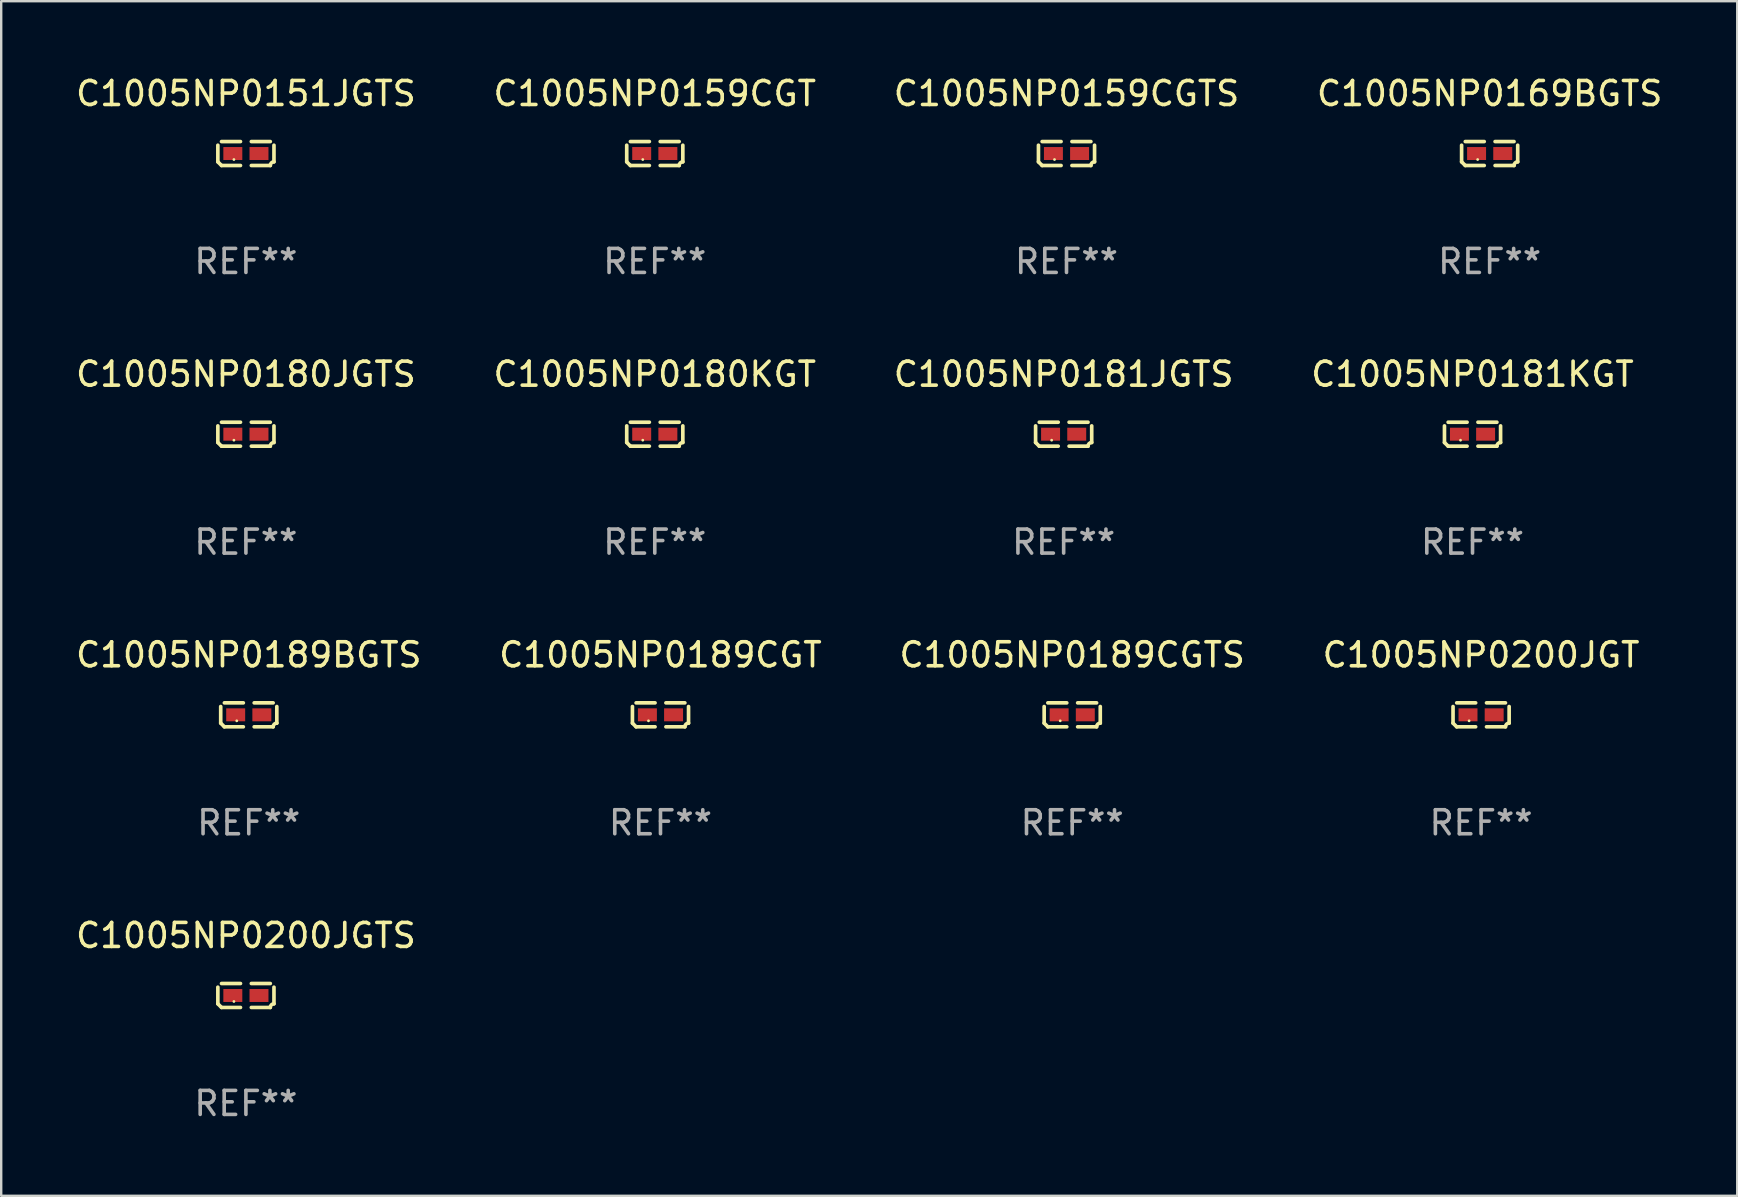
<source format=kicad_pcb>
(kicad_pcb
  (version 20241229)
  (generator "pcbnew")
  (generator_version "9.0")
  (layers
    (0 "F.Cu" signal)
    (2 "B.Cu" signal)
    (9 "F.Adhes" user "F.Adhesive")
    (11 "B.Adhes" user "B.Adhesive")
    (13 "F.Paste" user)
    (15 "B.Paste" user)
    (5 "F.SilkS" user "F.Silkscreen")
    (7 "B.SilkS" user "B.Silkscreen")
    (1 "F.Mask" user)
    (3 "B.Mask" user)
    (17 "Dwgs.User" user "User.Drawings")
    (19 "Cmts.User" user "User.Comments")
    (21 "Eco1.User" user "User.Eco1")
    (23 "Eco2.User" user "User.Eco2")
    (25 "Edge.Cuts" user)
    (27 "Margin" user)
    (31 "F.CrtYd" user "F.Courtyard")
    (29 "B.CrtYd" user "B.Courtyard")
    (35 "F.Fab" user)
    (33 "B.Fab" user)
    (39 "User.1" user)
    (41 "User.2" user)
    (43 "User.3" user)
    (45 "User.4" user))
  (footprint "C1005NP0189BGTS"
    (layer "F.Cu")
    (at 7.315 26.734)
    (property "Reference" "C1005NP0189BGTS" (at 0 -2.499 0) (layer "F.SilkS") (effects (font (size 1 1) (thickness 0.15))))
    (attr through_hole)
    (fp_line (start -1.169 0.346) (end -1.169 -0.346) (stroke (width 0.152) (type solid)) (layer "F.SilkS"))
    (fp_line (start -1.016 -0.499) (end -0.226 -0.499) (stroke (width 0.152) (type solid)) (layer "F.SilkS"))
    (fp_line (start -0.226 0.499) (end -1.016 0.499) (stroke (width 0.152) (type solid)) (layer "F.SilkS"))
    (fp_line (start 0.226 0.499) (end 1.016 0.499) (stroke (width 0.152) (type solid)) (layer "F.SilkS"))
    (fp_line (start 1.016 -0.499) (end 0.226 -0.499) (stroke (width 0.152) (type solid)) (layer "F.SilkS"))
    (fp_line (start 1.169 0.346) (end 1.169 -0.346) (stroke (width 0.152) (type solid)) (layer "F.SilkS"))
    (fp_arc (start -1.016307 0.498603) (mid -1.092512 0.422405) (end -1.16871 0.3462) (stroke (width 0.1524) (type solid)) (layer "F.SilkS"))
    (fp_arc (start 1.016307 0.498603) (mid 1.060899 0.390758) (end 1.168707 0.346076) (stroke (width 0.1524) (type solid)) (layer "F.SilkS"))
    (fp_circle (center -0.5 0.25) (end -0.47 0.25) (stroke (width 0.06) (type solid)) (fill no) (layer "F.SilkS"))
    (fp_text user "REF**" (at 0 4.499 0) (layer "F.Fab") (effects (font (size 1 1) (thickness 0.15))))
    (pad "1" smd rect (at -0.545 0) (size 0.79 0.54) (layers "F.Cu" "F.Mask" "F.Paste"))
    (pad "2" smd rect (at 0.545 0) (size 0.79 0.54) (layers "F.Cu" "F.Mask" "F.Paste")))
  (footprint "C1005NP0151JGTS"
    (layer "F.Cu")
    (at 7.196 3.347)
    (property "Reference" "C1005NP0151JGTS" (at 0 -2.499 0) (layer "F.SilkS") (effects (font (size 1 1) (thickness 0.15))))
    (attr through_hole)
    (fp_line (start -1.169 0.346) (end -1.169 -0.346) (stroke (width 0.152) (type solid)) (layer "F.SilkS"))
    (fp_line (start -1.016 -0.499) (end -0.226 -0.499) (stroke (width 0.152) (type solid)) (layer "F.SilkS"))
    (fp_line (start -0.226 0.499) (end -1.016 0.499) (stroke (width 0.152) (type solid)) (layer "F.SilkS"))
    (fp_line (start 0.226 0.499) (end 1.016 0.499) (stroke (width 0.152) (type solid)) (layer "F.SilkS"))
    (fp_line (start 1.016 -0.499) (end 0.226 -0.499) (stroke (width 0.152) (type solid)) (layer "F.SilkS"))
    (fp_line (start 1.169 0.346) (end 1.169 -0.346) (stroke (width 0.152) (type solid)) (layer "F.SilkS"))
    (fp_arc (start -1.016307 0.498603) (mid -1.092512 0.422405) (end -1.16871 0.3462) (stroke (width 0.1524) (type solid)) (layer "F.SilkS"))
    (fp_arc (start 1.016307 0.498603) (mid 1.060899 0.390758) (end 1.168707 0.346076) (stroke (width 0.1524) (type solid)) (layer "F.SilkS"))
    (fp_circle (center -0.5 0.25) (end -0.47 0.25) (stroke (width 0.06) (type solid)) (fill no) (layer "F.SilkS"))
    (fp_text user "REF**" (at 0 4.499 0) (layer "F.Fab") (effects (font (size 1 1) (thickness 0.15))))
    (pad "1" smd rect (at -0.545 0) (size 0.79 0.54) (layers "F.Cu" "F.Mask" "F.Paste"))
    (pad "2" smd rect (at 0.545 0) (size 0.79 0.54) (layers "F.Cu" "F.Mask" "F.Paste")))
  (footprint "C1005NP0159CGTS"
    (layer "F.Cu")
    (at 41.387 3.347)
    (property "Reference" "C1005NP0159CGTS" (at 0 -2.499 0) (layer "F.SilkS") (effects (font (size 1 1) (thickness 0.15))))
    (attr through_hole)
    (fp_line (start -1.169 0.346) (end -1.169 -0.346) (stroke (width 0.152) (type solid)) (layer "F.SilkS"))
    (fp_line (start -1.016 -0.499) (end -0.226 -0.499) (stroke (width 0.152) (type solid)) (layer "F.SilkS"))
    (fp_line (start -0.226 0.499) (end -1.016 0.499) (stroke (width 0.152) (type solid)) (layer "F.SilkS"))
    (fp_line (start 0.226 0.499) (end 1.016 0.499) (stroke (width 0.152) (type solid)) (layer "F.SilkS"))
    (fp_line (start 1.016 -0.499) (end 0.226 -0.499) (stroke (width 0.152) (type solid)) (layer "F.SilkS"))
    (fp_line (start 1.169 0.346) (end 1.169 -0.346) (stroke (width 0.152) (type solid)) (layer "F.SilkS"))
    (fp_arc (start -1.016307 0.498603) (mid -1.092512 0.422405) (end -1.16871 0.3462) (stroke (width 0.1524) (type solid)) (layer "F.SilkS"))
    (fp_arc (start 1.016307 0.498603) (mid 1.060899 0.390758) (end 1.168707 0.346076) (stroke (width 0.1524) (type solid)) (layer "F.SilkS"))
    (fp_circle (center -0.5 0.25) (end -0.47 0.25) (stroke (width 0.06) (type solid)) (fill no) (layer "F.SilkS"))
    (fp_text user "REF**" (at 0 4.499 0) (layer "F.Fab") (effects (font (size 1 1) (thickness 0.15))))
    (pad "1" smd rect (at -0.545 0) (size 0.79 0.54) (layers "F.Cu" "F.Mask" "F.Paste"))
    (pad "2" smd rect (at 0.545 0) (size 0.79 0.54) (layers "F.Cu" "F.Mask" "F.Paste")))
  (footprint "C1005NP0200JGT"
    (layer "F.Cu")
    (at 58.661 26.734)
    (property "Reference" "C1005NP0200JGT" (at 0 -2.499 0) (layer "F.SilkS") (effects (font (size 1 1) (thickness 0.15))))
    (attr through_hole)
    (fp_line (start -1.169 0.346) (end -1.169 -0.346) (stroke (width 0.152) (type solid)) (layer "F.SilkS"))
    (fp_line (start -1.016 -0.499) (end -0.226 -0.499) (stroke (width 0.152) (type solid)) (layer "F.SilkS"))
    (fp_line (start -0.226 0.499) (end -1.016 0.499) (stroke (width 0.152) (type solid)) (layer "F.SilkS"))
    (fp_line (start 0.226 0.499) (end 1.016 0.499) (stroke (width 0.152) (type solid)) (layer "F.SilkS"))
    (fp_line (start 1.016 -0.499) (end 0.226 -0.499) (stroke (width 0.152) (type solid)) (layer "F.SilkS"))
    (fp_line (start 1.169 0.346) (end 1.169 -0.346) (stroke (width 0.152) (type solid)) (layer "F.SilkS"))
    (fp_arc (start -1.016307 0.498603) (mid -1.092512 0.422405) (end -1.16871 0.3462) (stroke (width 0.1524) (type solid)) (layer "F.SilkS"))
    (fp_arc (start 1.016307 0.498603) (mid 1.060899 0.390758) (end 1.168707 0.346076) (stroke (width 0.1524) (type solid)) (layer "F.SilkS"))
    (fp_circle (center -0.5 0.25) (end -0.47 0.25) (stroke (width 0.06) (type solid)) (fill no) (layer "F.SilkS"))
    (fp_text user "REF**" (at 0 4.499 0) (layer "F.Fab") (effects (font (size 1 1) (thickness 0.15))))
    (pad "1" smd rect (at -0.545 0) (size 0.79 0.54) (layers "F.Cu" "F.Mask" "F.Paste"))
    (pad "2" smd rect (at 0.545 0) (size 0.79 0.54) (layers "F.Cu" "F.Mask" "F.Paste")))
  (footprint "C1005NP0181JGTS"
    (layer "F.Cu")
    (at 41.268 15.041)
    (property "Reference" "C1005NP0181JGTS" (at 0 -2.499 0) (layer "F.SilkS") (effects (font (size 1 1) (thickness 0.15))))
    (attr through_hole)
    (fp_line (start -1.169 0.346) (end -1.169 -0.346) (stroke (width 0.152) (type solid)) (layer "F.SilkS"))
    (fp_line (start -1.016 -0.499) (end -0.226 -0.499) (stroke (width 0.152) (type solid)) (layer "F.SilkS"))
    (fp_line (start -0.226 0.499) (end -1.016 0.499) (stroke (width 0.152) (type solid)) (layer "F.SilkS"))
    (fp_line (start 0.226 0.499) (end 1.016 0.499) (stroke (width 0.152) (type solid)) (layer "F.SilkS"))
    (fp_line (start 1.016 -0.499) (end 0.226 -0.499) (stroke (width 0.152) (type solid)) (layer "F.SilkS"))
    (fp_line (start 1.169 0.346) (end 1.169 -0.346) (stroke (width 0.152) (type solid)) (layer "F.SilkS"))
    (fp_arc (start -1.016307 0.498603) (mid -1.092512 0.422405) (end -1.16871 0.3462) (stroke (width 0.1524) (type solid)) (layer "F.SilkS"))
    (fp_arc (start 1.016307 0.498603) (mid 1.060899 0.390758) (end 1.168707 0.346076) (stroke (width 0.1524) (type solid)) (layer "F.SilkS"))
    (fp_circle (center -0.5 0.25) (end -0.47 0.25) (stroke (width 0.06) (type solid)) (fill no) (layer "F.SilkS"))
    (fp_text user "REF**" (at 0 4.499 0) (layer "F.Fab") (effects (font (size 1 1) (thickness 0.15))))
    (pad "1" smd rect (at -0.545 0) (size 0.79 0.54) (layers "F.Cu" "F.Mask" "F.Paste"))
    (pad "2" smd rect (at 0.545 0) (size 0.79 0.54) (layers "F.Cu" "F.Mask" "F.Paste")))
  (footprint "C1005NP0180KGT"
    (layer "F.Cu")
    (at 24.232 15.041)
    (property "Reference" "C1005NP0180KGT" (at 0 -2.499 0) (layer "F.SilkS") (effects (font (size 1 1) (thickness 0.15))))
    (attr through_hole)
    (fp_line (start -1.169 0.346) (end -1.169 -0.346) (stroke (width 0.152) (type solid)) (layer "F.SilkS"))
    (fp_line (start -1.016 -0.499) (end -0.226 -0.499) (stroke (width 0.152) (type solid)) (layer "F.SilkS"))
    (fp_line (start -0.226 0.499) (end -1.016 0.499) (stroke (width 0.152) (type solid)) (layer "F.SilkS"))
    (fp_line (start 0.226 0.499) (end 1.016 0.499) (stroke (width 0.152) (type solid)) (layer "F.SilkS"))
    (fp_line (start 1.016 -0.499) (end 0.226 -0.499) (stroke (width 0.152) (type solid)) (layer "F.SilkS"))
    (fp_line (start 1.169 0.346) (end 1.169 -0.346) (stroke (width 0.152) (type solid)) (layer "F.SilkS"))
    (fp_arc (start -1.016307 0.498603) (mid -1.092512 0.422405) (end -1.16871 0.3462) (stroke (width 0.1524) (type solid)) (layer "F.SilkS"))
    (fp_arc (start 1.016307 0.498603) (mid 1.060899 0.390758) (end 1.168707 0.346076) (stroke (width 0.1524) (type solid)) (layer "F.SilkS"))
    (fp_circle (center -0.5 0.25) (end -0.47 0.25) (stroke (width 0.06) (type solid)) (fill no) (layer "F.SilkS"))
    (fp_text user "REF**" (at 0 4.499 0) (layer "F.Fab") (effects (font (size 1 1) (thickness 0.15))))
    (pad "1" smd rect (at -0.545 0) (size 0.79 0.54) (layers "F.Cu" "F.Mask" "F.Paste"))
    (pad "2" smd rect (at 0.545 0) (size 0.79 0.54) (layers "F.Cu" "F.Mask" "F.Paste")))
  (footprint "C1005NP0200JGTS"
    (layer "F.Cu")
    (at 7.196 38.428)
    (property "Reference" "C1005NP0200JGTS" (at 0 -2.499 0) (layer "F.SilkS") (effects (font (size 1 1) (thickness 0.15))))
    (attr through_hole)
    (fp_line (start -1.169 0.346) (end -1.169 -0.346) (stroke (width 0.152) (type solid)) (layer "F.SilkS"))
    (fp_line (start -1.016 -0.499) (end -0.226 -0.499) (stroke (width 0.152) (type solid)) (layer "F.SilkS"))
    (fp_line (start -0.226 0.499) (end -1.016 0.499) (stroke (width 0.152) (type solid)) (layer "F.SilkS"))
    (fp_line (start 0.226 0.499) (end 1.016 0.499) (stroke (width 0.152) (type solid)) (layer "F.SilkS"))
    (fp_line (start 1.016 -0.499) (end 0.226 -0.499) (stroke (width 0.152) (type solid)) (layer "F.SilkS"))
    (fp_line (start 1.169 0.346) (end 1.169 -0.346) (stroke (width 0.152) (type solid)) (layer "F.SilkS"))
    (fp_arc (start -1.016307 0.498603) (mid -1.092512 0.422405) (end -1.16871 0.3462) (stroke (width 0.1524) (type solid)) (layer "F.SilkS"))
    (fp_arc (start 1.016307 0.498603) (mid 1.060899 0.390758) (end 1.168707 0.346076) (stroke (width 0.1524) (type solid)) (layer "F.SilkS"))
    (fp_circle (center -0.5 0.25) (end -0.47 0.25) (stroke (width 0.06) (type solid)) (fill no) (layer "F.SilkS"))
    (fp_text user "REF**" (at 0 4.499 0) (layer "F.Fab") (effects (font (size 1 1) (thickness 0.15))))
    (pad "1" smd rect (at -0.545 0) (size 0.79 0.54) (layers "F.Cu" "F.Mask" "F.Paste"))
    (pad "2" smd rect (at 0.545 0) (size 0.79 0.54) (layers "F.Cu" "F.Mask" "F.Paste")))
  (footprint "C1005NP0189CGT"
    (layer "F.Cu")
    (at 24.47 26.734)
    (property "Reference" "C1005NP0189CGT" (at 0 -2.499 0) (layer "F.SilkS") (effects (font (size 1 1) (thickness 0.15))))
    (attr through_hole)
    (fp_line (start -1.169 0.346) (end -1.169 -0.346) (stroke (width 0.152) (type solid)) (layer "F.SilkS"))
    (fp_line (start -1.016 -0.499) (end -0.226 -0.499) (stroke (width 0.152) (type solid)) (layer "F.SilkS"))
    (fp_line (start -0.226 0.499) (end -1.016 0.499) (stroke (width 0.152) (type solid)) (layer "F.SilkS"))
    (fp_line (start 0.226 0.499) (end 1.016 0.499) (stroke (width 0.152) (type solid)) (layer "F.SilkS"))
    (fp_line (start 1.016 -0.499) (end 0.226 -0.499) (stroke (width 0.152) (type solid)) (layer "F.SilkS"))
    (fp_line (start 1.169 0.346) (end 1.169 -0.346) (stroke (width 0.152) (type solid)) (layer "F.SilkS"))
    (fp_arc (start -1.016307 0.498603) (mid -1.092512 0.422405) (end -1.16871 0.3462) (stroke (width 0.1524) (type solid)) (layer "F.SilkS"))
    (fp_arc (start 1.016307 0.498603) (mid 1.060899 0.390758) (end 1.168707 0.346076) (stroke (width 0.1524) (type solid)) (layer "F.SilkS"))
    (fp_circle (center -0.5 0.25) (end -0.47 0.25) (stroke (width 0.06) (type solid)) (fill no) (layer "F.SilkS"))
    (fp_text user "REF**" (at 0 4.499 0) (layer "F.Fab") (effects (font (size 1 1) (thickness 0.15))))
    (pad "1" smd rect (at -0.545 0) (size 0.79 0.54) (layers "F.Cu" "F.Mask" "F.Paste"))
    (pad "2" smd rect (at 0.545 0) (size 0.79 0.54) (layers "F.Cu" "F.Mask" "F.Paste")))
  (footprint "C1005NP0180JGTS"
    (layer "F.Cu")
    (at 7.196 15.041)
    (property "Reference" "C1005NP0180JGTS" (at 0 -2.499 0) (layer "F.SilkS") (effects (font (size 1 1) (thickness 0.15))))
    (attr through_hole)
    (fp_line (start -1.169 0.346) (end -1.169 -0.346) (stroke (width 0.152) (type solid)) (layer "F.SilkS"))
    (fp_line (start -1.016 -0.499) (end -0.226 -0.499) (stroke (width 0.152) (type solid)) (layer "F.SilkS"))
    (fp_line (start -0.226 0.499) (end -1.016 0.499) (stroke (width 0.152) (type solid)) (layer "F.SilkS"))
    (fp_line (start 0.226 0.499) (end 1.016 0.499) (stroke (width 0.152) (type solid)) (layer "F.SilkS"))
    (fp_line (start 1.016 -0.499) (end 0.226 -0.499) (stroke (width 0.152) (type solid)) (layer "F.SilkS"))
    (fp_line (start 1.169 0.346) (end 1.169 -0.346) (stroke (width 0.152) (type solid)) (layer "F.SilkS"))
    (fp_arc (start -1.016307 0.498603) (mid -1.092512 0.422405) (end -1.16871 0.3462) (stroke (width 0.1524) (type solid)) (layer "F.SilkS"))
    (fp_arc (start 1.016307 0.498603) (mid 1.060899 0.390758) (end 1.168707 0.346076) (stroke (width 0.1524) (type solid)) (layer "F.SilkS"))
    (fp_circle (center -0.5 0.25) (end -0.47 0.25) (stroke (width 0.06) (type solid)) (fill no) (layer "F.SilkS"))
    (fp_text user "REF**" (at 0 4.499 0) (layer "F.Fab") (effects (font (size 1 1) (thickness 0.15))))
    (pad "1" smd rect (at -0.545 0) (size 0.79 0.54) (layers "F.Cu" "F.Mask" "F.Paste"))
    (pad "2" smd rect (at 0.545 0) (size 0.79 0.54) (layers "F.Cu" "F.Mask" "F.Paste")))
  (footprint "C1005NP0169BGTS"
    (layer "F.Cu")
    (at 59.018 3.347)
    (property "Reference" "C1005NP0169BGTS" (at 0 -2.499 0) (layer "F.SilkS") (effects (font (size 1 1) (thickness 0.15))))
    (attr through_hole)
    (fp_line (start -1.169 0.346) (end -1.169 -0.346) (stroke (width 0.152) (type solid)) (layer "F.SilkS"))
    (fp_line (start -1.016 -0.499) (end -0.226 -0.499) (stroke (width 0.152) (type solid)) (layer "F.SilkS"))
    (fp_line (start -0.226 0.499) (end -1.016 0.499) (stroke (width 0.152) (type solid)) (layer "F.SilkS"))
    (fp_line (start 0.226 0.499) (end 1.016 0.499) (stroke (width 0.152) (type solid)) (layer "F.SilkS"))
    (fp_line (start 1.016 -0.499) (end 0.226 -0.499) (stroke (width 0.152) (type solid)) (layer "F.SilkS"))
    (fp_line (start 1.169 0.346) (end 1.169 -0.346) (stroke (width 0.152) (type solid)) (layer "F.SilkS"))
    (fp_arc (start -1.016307 0.498603) (mid -1.092512 0.422405) (end -1.16871 0.3462) (stroke (width 0.1524) (type solid)) (layer "F.SilkS"))
    (fp_arc (start 1.016307 0.498603) (mid 1.060899 0.390758) (end 1.168707 0.346076) (stroke (width 0.1524) (type solid)) (layer "F.SilkS"))
    (fp_circle (center -0.5 0.25) (end -0.47 0.25) (stroke (width 0.06) (type solid)) (fill no) (layer "F.SilkS"))
    (fp_text user "REF**" (at 0 4.499 0) (layer "F.Fab") (effects (font (size 1 1) (thickness 0.15))))
    (pad "1" smd rect (at -0.545 0) (size 0.79 0.54) (layers "F.Cu" "F.Mask" "F.Paste"))
    (pad "2" smd rect (at 0.545 0) (size 0.79 0.54) (layers "F.Cu" "F.Mask" "F.Paste")))
  (footprint "C1005NP0159CGT"
    (layer "F.Cu")
    (at 24.232 3.347)
    (property "Reference" "C1005NP0159CGT" (at 0 -2.499 0) (layer "F.SilkS") (effects (font (size 1 1) (thickness 0.15))))
    (attr through_hole)
    (fp_line (start -1.169 0.346) (end -1.169 -0.346) (stroke (width 0.152) (type solid)) (layer "F.SilkS"))
    (fp_line (start -1.016 -0.499) (end -0.226 -0.499) (stroke (width 0.152) (type solid)) (layer "F.SilkS"))
    (fp_line (start -0.226 0.499) (end -1.016 0.499) (stroke (width 0.152) (type solid)) (layer "F.SilkS"))
    (fp_line (start 0.226 0.499) (end 1.016 0.499) (stroke (width 0.152) (type solid)) (layer "F.SilkS"))
    (fp_line (start 1.016 -0.499) (end 0.226 -0.499) (stroke (width 0.152) (type solid)) (layer "F.SilkS"))
    (fp_line (start 1.169 0.346) (end 1.169 -0.346) (stroke (width 0.152) (type solid)) (layer "F.SilkS"))
    (fp_arc (start -1.016307 0.498603) (mid -1.092512 0.422405) (end -1.16871 0.3462) (stroke (width 0.1524) (type solid)) (layer "F.SilkS"))
    (fp_arc (start 1.016307 0.498603) (mid 1.060899 0.390758) (end 1.168707 0.346076) (stroke (width 0.1524) (type solid)) (layer "F.SilkS"))
    (fp_circle (center -0.5 0.25) (end -0.47 0.25) (stroke (width 0.06) (type solid)) (fill no) (layer "F.SilkS"))
    (fp_text user "REF**" (at 0 4.499 0) (layer "F.Fab") (effects (font (size 1 1) (thickness 0.15))))
    (pad "1" smd rect (at -0.545 0) (size 0.79 0.54) (layers "F.Cu" "F.Mask" "F.Paste"))
    (pad "2" smd rect (at 0.545 0) (size 0.79 0.54) (layers "F.Cu" "F.Mask" "F.Paste")))
  (footprint "C1005NP0181KGT"
    (layer "F.Cu")
    (at 58.304 15.041)
    (property "Reference" "C1005NP0181KGT" (at 0 -2.499 0) (layer "F.SilkS") (effects (font (size 1 1) (thickness 0.15))))
    (attr through_hole)
    (fp_line (start -1.169 0.346) (end -1.169 -0.346) (stroke (width 0.152) (type solid)) (layer "F.SilkS"))
    (fp_line (start -1.016 -0.499) (end -0.226 -0.499) (stroke (width 0.152) (type solid)) (layer "F.SilkS"))
    (fp_line (start -0.226 0.499) (end -1.016 0.499) (stroke (width 0.152) (type solid)) (layer "F.SilkS"))
    (fp_line (start 0.226 0.499) (end 1.016 0.499) (stroke (width 0.152) (type solid)) (layer "F.SilkS"))
    (fp_line (start 1.016 -0.499) (end 0.226 -0.499) (stroke (width 0.152) (type solid)) (layer "F.SilkS"))
    (fp_line (start 1.169 0.346) (end 1.169 -0.346) (stroke (width 0.152) (type solid)) (layer "F.SilkS"))
    (fp_arc (start -1.016307 0.498603) (mid -1.092512 0.422405) (end -1.16871 0.3462) (stroke (width 0.1524) (type solid)) (layer "F.SilkS"))
    (fp_arc (start 1.016307 0.498603) (mid 1.060899 0.390758) (end 1.168707 0.346076) (stroke (width 0.1524) (type solid)) (layer "F.SilkS"))
    (fp_circle (center -0.5 0.25) (end -0.47 0.25) (stroke (width 0.06) (type solid)) (fill no) (layer "F.SilkS"))
    (fp_text user "REF**" (at 0 4.499 0) (layer "F.Fab") (effects (font (size 1 1) (thickness 0.15))))
    (pad "1" smd rect (at -0.545 0) (size 0.79 0.54) (layers "F.Cu" "F.Mask" "F.Paste"))
    (pad "2" smd rect (at 0.545 0) (size 0.79 0.54) (layers "F.Cu" "F.Mask" "F.Paste")))
  (footprint "C1005NP0189CGTS"
    (layer "F.Cu")
    (at 41.625 26.734)
    (property "Reference" "C1005NP0189CGTS" (at 0 -2.499 0) (layer "F.SilkS") (effects (font (size 1 1) (thickness 0.15))))
    (attr through_hole)
    (fp_line (start -1.169 0.346) (end -1.169 -0.346) (stroke (width 0.152) (type solid)) (layer "F.SilkS"))
    (fp_line (start -1.016 -0.499) (end -0.226 -0.499) (stroke (width 0.152) (type solid)) (layer "F.SilkS"))
    (fp_line (start -0.226 0.499) (end -1.016 0.499) (stroke (width 0.152) (type solid)) (layer "F.SilkS"))
    (fp_line (start 0.226 0.499) (end 1.016 0.499) (stroke (width 0.152) (type solid)) (layer "F.SilkS"))
    (fp_line (start 1.016 -0.499) (end 0.226 -0.499) (stroke (width 0.152) (type solid)) (layer "F.SilkS"))
    (fp_line (start 1.169 0.346) (end 1.169 -0.346) (stroke (width 0.152) (type solid)) (layer "F.SilkS"))
    (fp_arc (start -1.016307 0.498603) (mid -1.092512 0.422405) (end -1.16871 0.3462) (stroke (width 0.1524) (type solid)) (layer "F.SilkS"))
    (fp_arc (start 1.016307 0.498603) (mid 1.060899 0.390758) (end 1.168707 0.346076) (stroke (width 0.1524) (type solid)) (layer "F.SilkS"))
    (fp_circle (center -0.5 0.25) (end -0.47 0.25) (stroke (width 0.06) (type solid)) (fill no) (layer "F.SilkS"))
    (fp_text user "REF**" (at 0 4.499 0) (layer "F.Fab") (effects (font (size 1 1) (thickness 0.15))))
    (pad "1" smd rect (at -0.545 0) (size 0.79 0.54) (layers "F.Cu" "F.Mask" "F.Paste"))
    (pad "2" smd rect (at 0.545 0) (size 0.79 0.54) (layers "F.Cu" "F.Mask" "F.Paste")))
  (gr_rect
    (start -3 -3)
    (end 69.333 46.775)
    (stroke (width 0.1) (type default))
    (fill no)
    (layer "Edge.Cuts")))
</source>
